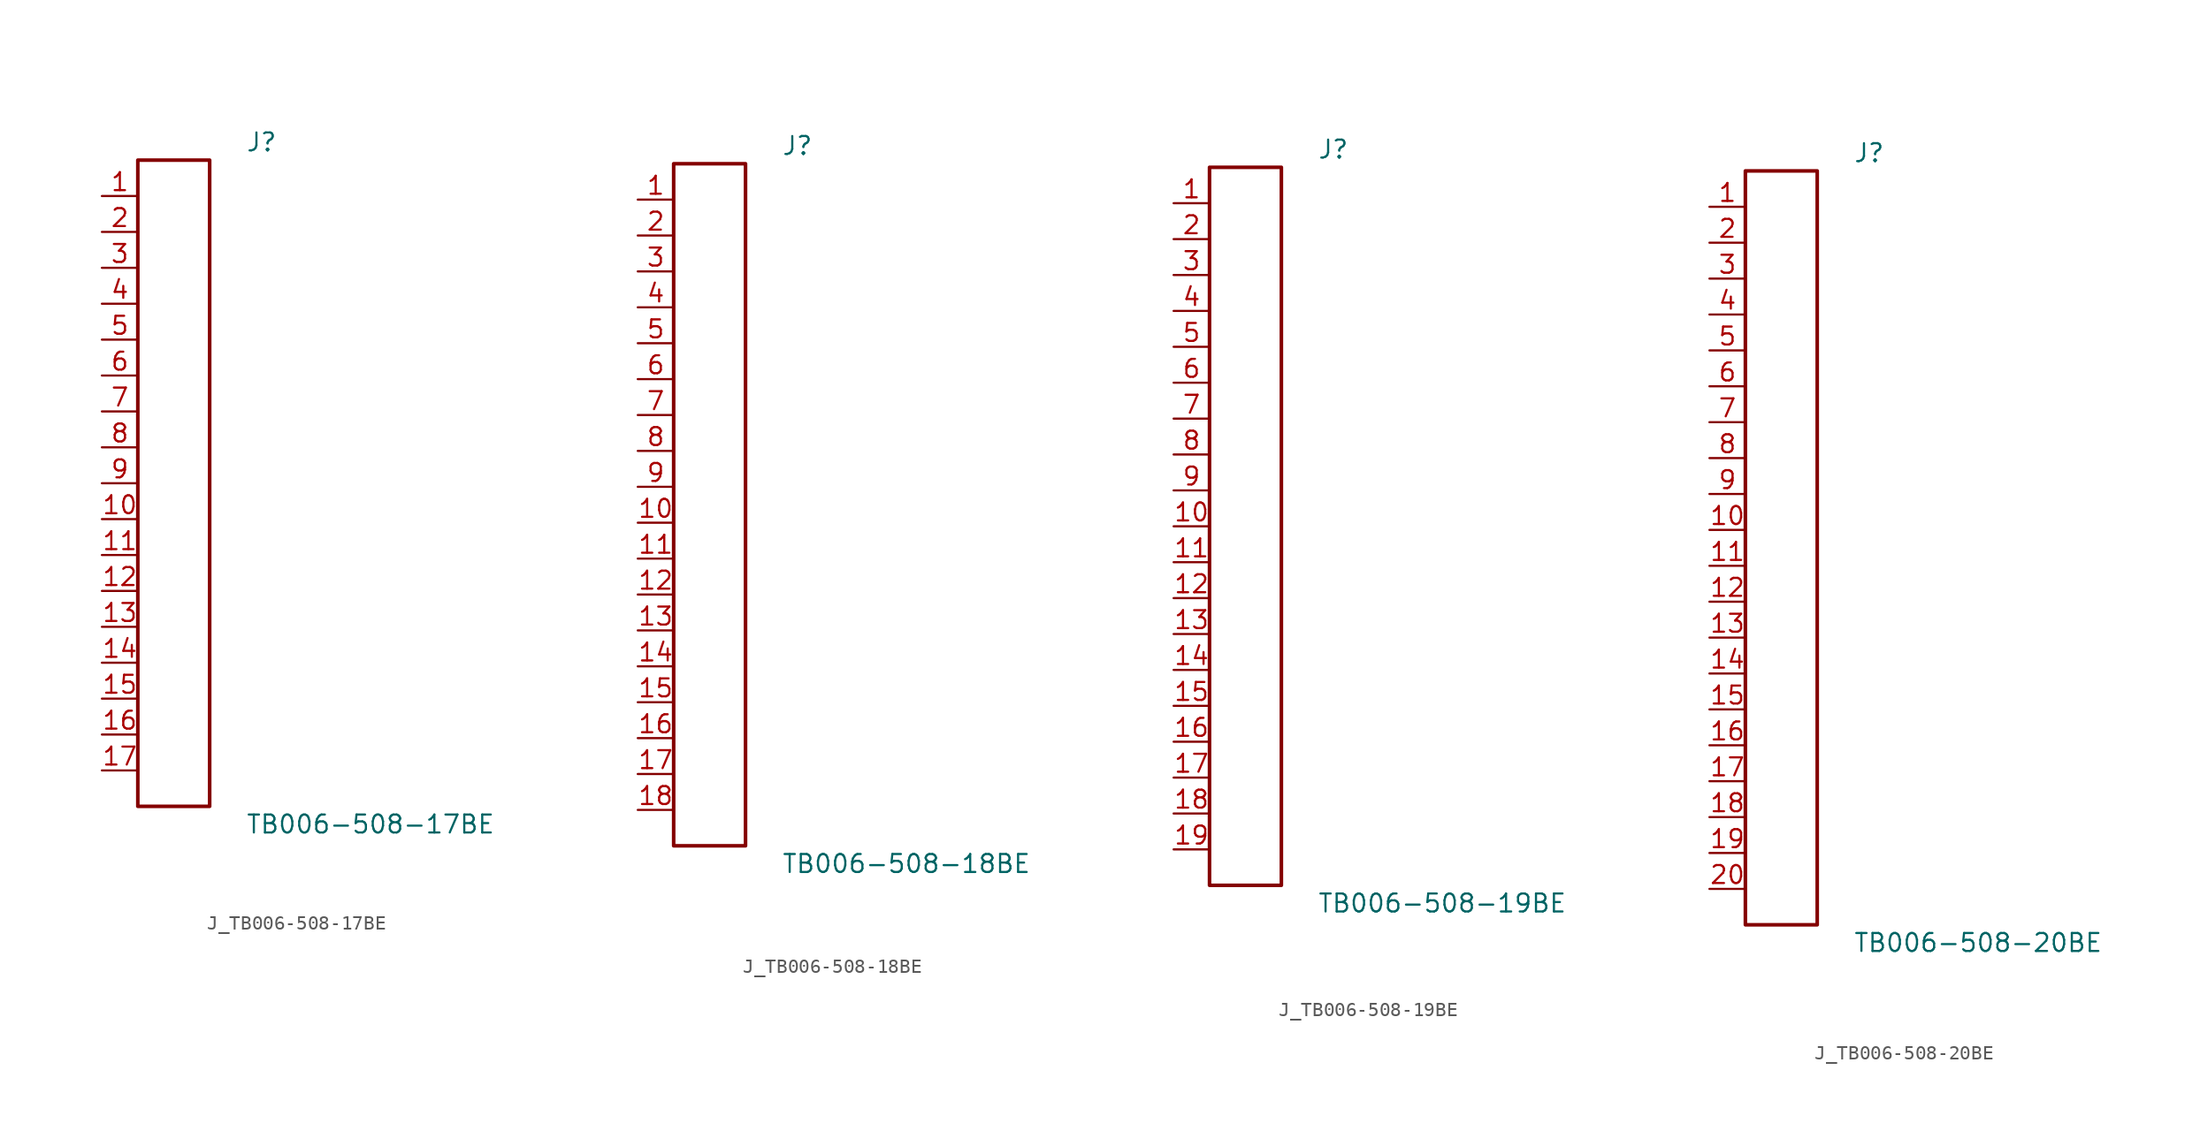
<source format=kicad_sym>
(kicad_symbol_lib
  (version 20231120)
  (generator kicad_symbol_editor)
  (generator_version 8.0)
  (symbol "J_TB006-508-17BE"
    (pin_names
      (offset 0.254))
    (property "Reference" "J"
      (at 5.08 24.13 0)
      (effects (font (size 1.27 1.27)) (justify left)))
    (property "Value" "TB006-508-17BE"
      (at 5.08 -24.13 0)
      (effects (font (size 1.27 1.27)) (justify left)))
    (symbol "J_TB006-508-17BE_0_0"
      (pin unspecified line (at -5.08 20.32 0) (length 2.54) (name "" (effects (font (size 1.27 1.27)))) (number "1" (effects (font (size 1.27 1.27)))))
      (pin unspecified line (at -5.08 17.78 0) (length 2.54) (name "" (effects (font (size 1.27 1.27)))) (number "2" (effects (font (size 1.27 1.27)))))
      (pin unspecified line (at -5.08 15.24 0) (length 2.54) (name "" (effects (font (size 1.27 1.27)))) (number "3" (effects (font (size 1.27 1.27)))))
      (pin unspecified line (at -5.08 12.7 0) (length 2.54) (name "" (effects (font (size 1.27 1.27)))) (number "4" (effects (font (size 1.27 1.27)))))
      (pin unspecified line (at -5.08 10.16 0) (length 2.54) (name "" (effects (font (size 1.27 1.27)))) (number "5" (effects (font (size 1.27 1.27)))))
      (pin unspecified line (at -5.08 7.62 0) (length 2.54) (name "" (effects (font (size 1.27 1.27)))) (number "6" (effects (font (size 1.27 1.27)))))
      (pin unspecified line (at -5.08 5.08 0) (length 2.54) (name "" (effects (font (size 1.27 1.27)))) (number "7" (effects (font (size 1.27 1.27)))))
      (pin unspecified line (at -5.08 2.54 0) (length 2.54) (name "" (effects (font (size 1.27 1.27)))) (number "8" (effects (font (size 1.27 1.27)))))
      (pin unspecified line (at -5.08 0.0 0) (length 2.54) (name "" (effects (font (size 1.27 1.27)))) (number "9" (effects (font (size 1.27 1.27)))))
      (pin unspecified line (at -5.08 -2.54 0) (length 2.54) (name "" (effects (font (size 1.27 1.27)))) (number "10" (effects (font (size 1.27 1.27)))))
      (pin unspecified line (at -5.08 -5.08 0) (length 2.54) (name "" (effects (font (size 1.27 1.27)))) (number "11" (effects (font (size 1.27 1.27)))))
      (pin unspecified line (at -5.08 -7.62 0) (length 2.54) (name "" (effects (font (size 1.27 1.27)))) (number "12" (effects (font (size 1.27 1.27)))))
      (pin unspecified line (at -5.08 -10.16 0) (length 2.54) (name "" (effects (font (size 1.27 1.27)))) (number "13" (effects (font (size 1.27 1.27)))))
      (pin unspecified line (at -5.08 -12.7 0) (length 2.54) (name "" (effects (font (size 1.27 1.27)))) (number "14" (effects (font (size 1.27 1.27)))))
      (pin unspecified line (at -5.08 -15.24 0) (length 2.54) (name "" (effects (font (size 1.27 1.27)))) (number "15" (effects (font (size 1.27 1.27)))))
      (pin unspecified line (at -5.08 -17.78 0) (length 2.54) (name "" (effects (font (size 1.27 1.27)))) (number "16" (effects (font (size 1.27 1.27)))))
      (pin unspecified line (at -5.08 -20.32 0) (length 2.54) (name "" (effects (font (size 1.27 1.27)))) (number "17" (effects (font (size 1.27 1.27))))))
    (symbol "J_TB006-508-17BE_1_0"
      (rectangle (start -2.54 22.86) (end 2.54 -22.86) (stroke (width 0.254) (type solid)) (fill (type none)))))
  (symbol "J_TB006-508-18BE"
    (pin_names
      (offset 0.254))
    (property "Reference" "J"
      (at 5.08 25.4 0)
      (effects (font (size 1.27 1.27)) (justify left)))
    (property "Value" "TB006-508-18BE"
      (at 5.08 -25.4 0)
      (effects (font (size 1.27 1.27)) (justify left)))
    (symbol "J_TB006-508-18BE_0_0"
      (pin unspecified line (at -5.08 21.59 0) (length 2.54) (name "" (effects (font (size 1.27 1.27)))) (number "1" (effects (font (size 1.27 1.27)))))
      (pin unspecified line (at -5.08 19.05 0) (length 2.54) (name "" (effects (font (size 1.27 1.27)))) (number "2" (effects (font (size 1.27 1.27)))))
      (pin unspecified line (at -5.08 16.51 0) (length 2.54) (name "" (effects (font (size 1.27 1.27)))) (number "3" (effects (font (size 1.27 1.27)))))
      (pin unspecified line (at -5.08 13.97 0) (length 2.54) (name "" (effects (font (size 1.27 1.27)))) (number "4" (effects (font (size 1.27 1.27)))))
      (pin unspecified line (at -5.08 11.43 0) (length 2.54) (name "" (effects (font (size 1.27 1.27)))) (number "5" (effects (font (size 1.27 1.27)))))
      (pin unspecified line (at -5.08 8.89 0) (length 2.54) (name "" (effects (font (size 1.27 1.27)))) (number "6" (effects (font (size 1.27 1.27)))))
      (pin unspecified line (at -5.08 6.35 0) (length 2.54) (name "" (effects (font (size 1.27 1.27)))) (number "7" (effects (font (size 1.27 1.27)))))
      (pin unspecified line (at -5.08 3.81 0) (length 2.54) (name "" (effects (font (size 1.27 1.27)))) (number "8" (effects (font (size 1.27 1.27)))))
      (pin unspecified line (at -5.08 1.27 0) (length 2.54) (name "" (effects (font (size 1.27 1.27)))) (number "9" (effects (font (size 1.27 1.27)))))
      (pin unspecified line (at -5.08 -1.27 0) (length 2.54) (name "" (effects (font (size 1.27 1.27)))) (number "10" (effects (font (size 1.27 1.27)))))
      (pin unspecified line (at -5.08 -3.81 0) (length 2.54) (name "" (effects (font (size 1.27 1.27)))) (number "11" (effects (font (size 1.27 1.27)))))
      (pin unspecified line (at -5.08 -6.35 0) (length 2.54) (name "" (effects (font (size 1.27 1.27)))) (number "12" (effects (font (size 1.27 1.27)))))
      (pin unspecified line (at -5.08 -8.89 0) (length 2.54) (name "" (effects (font (size 1.27 1.27)))) (number "13" (effects (font (size 1.27 1.27)))))
      (pin unspecified line (at -5.08 -11.43 0) (length 2.54) (name "" (effects (font (size 1.27 1.27)))) (number "14" (effects (font (size 1.27 1.27)))))
      (pin unspecified line (at -5.08 -13.97 0) (length 2.54) (name "" (effects (font (size 1.27 1.27)))) (number "15" (effects (font (size 1.27 1.27)))))
      (pin unspecified line (at -5.08 -16.51 0) (length 2.54) (name "" (effects (font (size 1.27 1.27)))) (number "16" (effects (font (size 1.27 1.27)))))
      (pin unspecified line (at -5.08 -19.05 0) (length 2.54) (name "" (effects (font (size 1.27 1.27)))) (number "17" (effects (font (size 1.27 1.27)))))
      (pin unspecified line (at -5.08 -21.59 0) (length 2.54) (name "" (effects (font (size 1.27 1.27)))) (number "18" (effects (font (size 1.27 1.27))))))
    (symbol "J_TB006-508-18BE_1_0"
      (rectangle (start -2.54 24.13) (end 2.54 -24.13) (stroke (width 0.254) (type solid)) (fill (type none)))))
  (symbol "J_TB006-508-19BE"
    (pin_names
      (offset 0.254))
    (property "Reference" "J"
      (at 5.08 26.67 0)
      (effects (font (size 1.27 1.27)) (justify left)))
    (property "Value" "TB006-508-19BE"
      (at 5.08 -26.67 0)
      (effects (font (size 1.27 1.27)) (justify left)))
    (symbol "J_TB006-508-19BE_0_0"
      (pin unspecified line (at -5.08 22.86 0) (length 2.54) (name "" (effects (font (size 1.27 1.27)))) (number "1" (effects (font (size 1.27 1.27)))))
      (pin unspecified line (at -5.08 20.32 0) (length 2.54) (name "" (effects (font (size 1.27 1.27)))) (number "2" (effects (font (size 1.27 1.27)))))
      (pin unspecified line (at -5.08 17.78 0) (length 2.54) (name "" (effects (font (size 1.27 1.27)))) (number "3" (effects (font (size 1.27 1.27)))))
      (pin unspecified line (at -5.08 15.24 0) (length 2.54) (name "" (effects (font (size 1.27 1.27)))) (number "4" (effects (font (size 1.27 1.27)))))
      (pin unspecified line (at -5.08 12.7 0) (length 2.54) (name "" (effects (font (size 1.27 1.27)))) (number "5" (effects (font (size 1.27 1.27)))))
      (pin unspecified line (at -5.08 10.16 0) (length 2.54) (name "" (effects (font (size 1.27 1.27)))) (number "6" (effects (font (size 1.27 1.27)))))
      (pin unspecified line (at -5.08 7.62 0) (length 2.54) (name "" (effects (font (size 1.27 1.27)))) (number "7" (effects (font (size 1.27 1.27)))))
      (pin unspecified line (at -5.08 5.08 0) (length 2.54) (name "" (effects (font (size 1.27 1.27)))) (number "8" (effects (font (size 1.27 1.27)))))
      (pin unspecified line (at -5.08 2.54 0) (length 2.54) (name "" (effects (font (size 1.27 1.27)))) (number "9" (effects (font (size 1.27 1.27)))))
      (pin unspecified line (at -5.08 0.0 0) (length 2.54) (name "" (effects (font (size 1.27 1.27)))) (number "10" (effects (font (size 1.27 1.27)))))
      (pin unspecified line (at -5.08 -2.54 0) (length 2.54) (name "" (effects (font (size 1.27 1.27)))) (number "11" (effects (font (size 1.27 1.27)))))
      (pin unspecified line (at -5.08 -5.08 0) (length 2.54) (name "" (effects (font (size 1.27 1.27)))) (number "12" (effects (font (size 1.27 1.27)))))
      (pin unspecified line (at -5.08 -7.62 0) (length 2.54) (name "" (effects (font (size 1.27 1.27)))) (number "13" (effects (font (size 1.27 1.27)))))
      (pin unspecified line (at -5.08 -10.16 0) (length 2.54) (name "" (effects (font (size 1.27 1.27)))) (number "14" (effects (font (size 1.27 1.27)))))
      (pin unspecified line (at -5.08 -12.7 0) (length 2.54) (name "" (effects (font (size 1.27 1.27)))) (number "15" (effects (font (size 1.27 1.27)))))
      (pin unspecified line (at -5.08 -15.24 0) (length 2.54) (name "" (effects (font (size 1.27 1.27)))) (number "16" (effects (font (size 1.27 1.27)))))
      (pin unspecified line (at -5.08 -17.78 0) (length 2.54) (name "" (effects (font (size 1.27 1.27)))) (number "17" (effects (font (size 1.27 1.27)))))
      (pin unspecified line (at -5.08 -20.32 0) (length 2.54) (name "" (effects (font (size 1.27 1.27)))) (number "18" (effects (font (size 1.27 1.27)))))
      (pin unspecified line (at -5.08 -22.86 0) (length 2.54) (name "" (effects (font (size 1.27 1.27)))) (number "19" (effects (font (size 1.27 1.27))))))
    (symbol "J_TB006-508-19BE_1_0"
      (rectangle (start -2.54 25.4) (end 2.54 -25.4) (stroke (width 0.254) (type solid)) (fill (type none)))))
  (symbol "J_TB006-508-20BE"
    (pin_names
      (offset 0.254))
    (property "Reference" "J"
      (at 5.08 27.94 0)
      (effects (font (size 1.27 1.27)) (justify left)))
    (property "Value" "TB006-508-20BE"
      (at 5.08 -27.94 0)
      (effects (font (size 1.27 1.27)) (justify left)))
    (symbol "J_TB006-508-20BE_0_0"
      (pin unspecified line (at -5.08 24.13 0) (length 2.54) (name "" (effects (font (size 1.27 1.27)))) (number "1" (effects (font (size 1.27 1.27)))))
      (pin unspecified line (at -5.08 21.59 0) (length 2.54) (name "" (effects (font (size 1.27 1.27)))) (number "2" (effects (font (size 1.27 1.27)))))
      (pin unspecified line (at -5.08 19.05 0) (length 2.54) (name "" (effects (font (size 1.27 1.27)))) (number "3" (effects (font (size 1.27 1.27)))))
      (pin unspecified line (at -5.08 16.51 0) (length 2.54) (name "" (effects (font (size 1.27 1.27)))) (number "4" (effects (font (size 1.27 1.27)))))
      (pin unspecified line (at -5.08 13.97 0) (length 2.54) (name "" (effects (font (size 1.27 1.27)))) (number "5" (effects (font (size 1.27 1.27)))))
      (pin unspecified line (at -5.08 11.43 0) (length 2.54) (name "" (effects (font (size 1.27 1.27)))) (number "6" (effects (font (size 1.27 1.27)))))
      (pin unspecified line (at -5.08 8.89 0) (length 2.54) (name "" (effects (font (size 1.27 1.27)))) (number "7" (effects (font (size 1.27 1.27)))))
      (pin unspecified line (at -5.08 6.35 0) (length 2.54) (name "" (effects (font (size 1.27 1.27)))) (number "8" (effects (font (size 1.27 1.27)))))
      (pin unspecified line (at -5.08 3.81 0) (length 2.54) (name "" (effects (font (size 1.27 1.27)))) (number "9" (effects (font (size 1.27 1.27)))))
      (pin unspecified line (at -5.08 1.27 0) (length 2.54) (name "" (effects (font (size 1.27 1.27)))) (number "10" (effects (font (size 1.27 1.27)))))
      (pin unspecified line (at -5.08 -1.27 0) (length 2.54) (name "" (effects (font (size 1.27 1.27)))) (number "11" (effects (font (size 1.27 1.27)))))
      (pin unspecified line (at -5.08 -3.81 0) (length 2.54) (name "" (effects (font (size 1.27 1.27)))) (number "12" (effects (font (size 1.27 1.27)))))
      (pin unspecified line (at -5.08 -6.35 0) (length 2.54) (name "" (effects (font (size 1.27 1.27)))) (number "13" (effects (font (size 1.27 1.27)))))
      (pin unspecified line (at -5.08 -8.89 0) (length 2.54) (name "" (effects (font (size 1.27 1.27)))) (number "14" (effects (font (size 1.27 1.27)))))
      (pin unspecified line (at -5.08 -11.43 0) (length 2.54) (name "" (effects (font (size 1.27 1.27)))) (number "15" (effects (font (size 1.27 1.27)))))
      (pin unspecified line (at -5.08 -13.97 0) (length 2.54) (name "" (effects (font (size 1.27 1.27)))) (number "16" (effects (font (size 1.27 1.27)))))
      (pin unspecified line (at -5.08 -16.51 0) (length 2.54) (name "" (effects (font (size 1.27 1.27)))) (number "17" (effects (font (size 1.27 1.27)))))
      (pin unspecified line (at -5.08 -19.05 0) (length 2.54) (name "" (effects (font (size 1.27 1.27)))) (number "18" (effects (font (size 1.27 1.27)))))
      (pin unspecified line (at -5.08 -21.59 0) (length 2.54) (name "" (effects (font (size 1.27 1.27)))) (number "19" (effects (font (size 1.27 1.27)))))
      (pin unspecified line (at -5.08 -24.13 0) (length 2.54) (name "" (effects (font (size 1.27 1.27)))) (number "20" (effects (font (size 1.27 1.27))))))
    (symbol "J_TB006-508-20BE_1_0"
      (rectangle (start -2.54 26.67) (end 2.54 -26.67) (stroke (width 0.254) (type solid)) (fill (type none))))))
</source>
